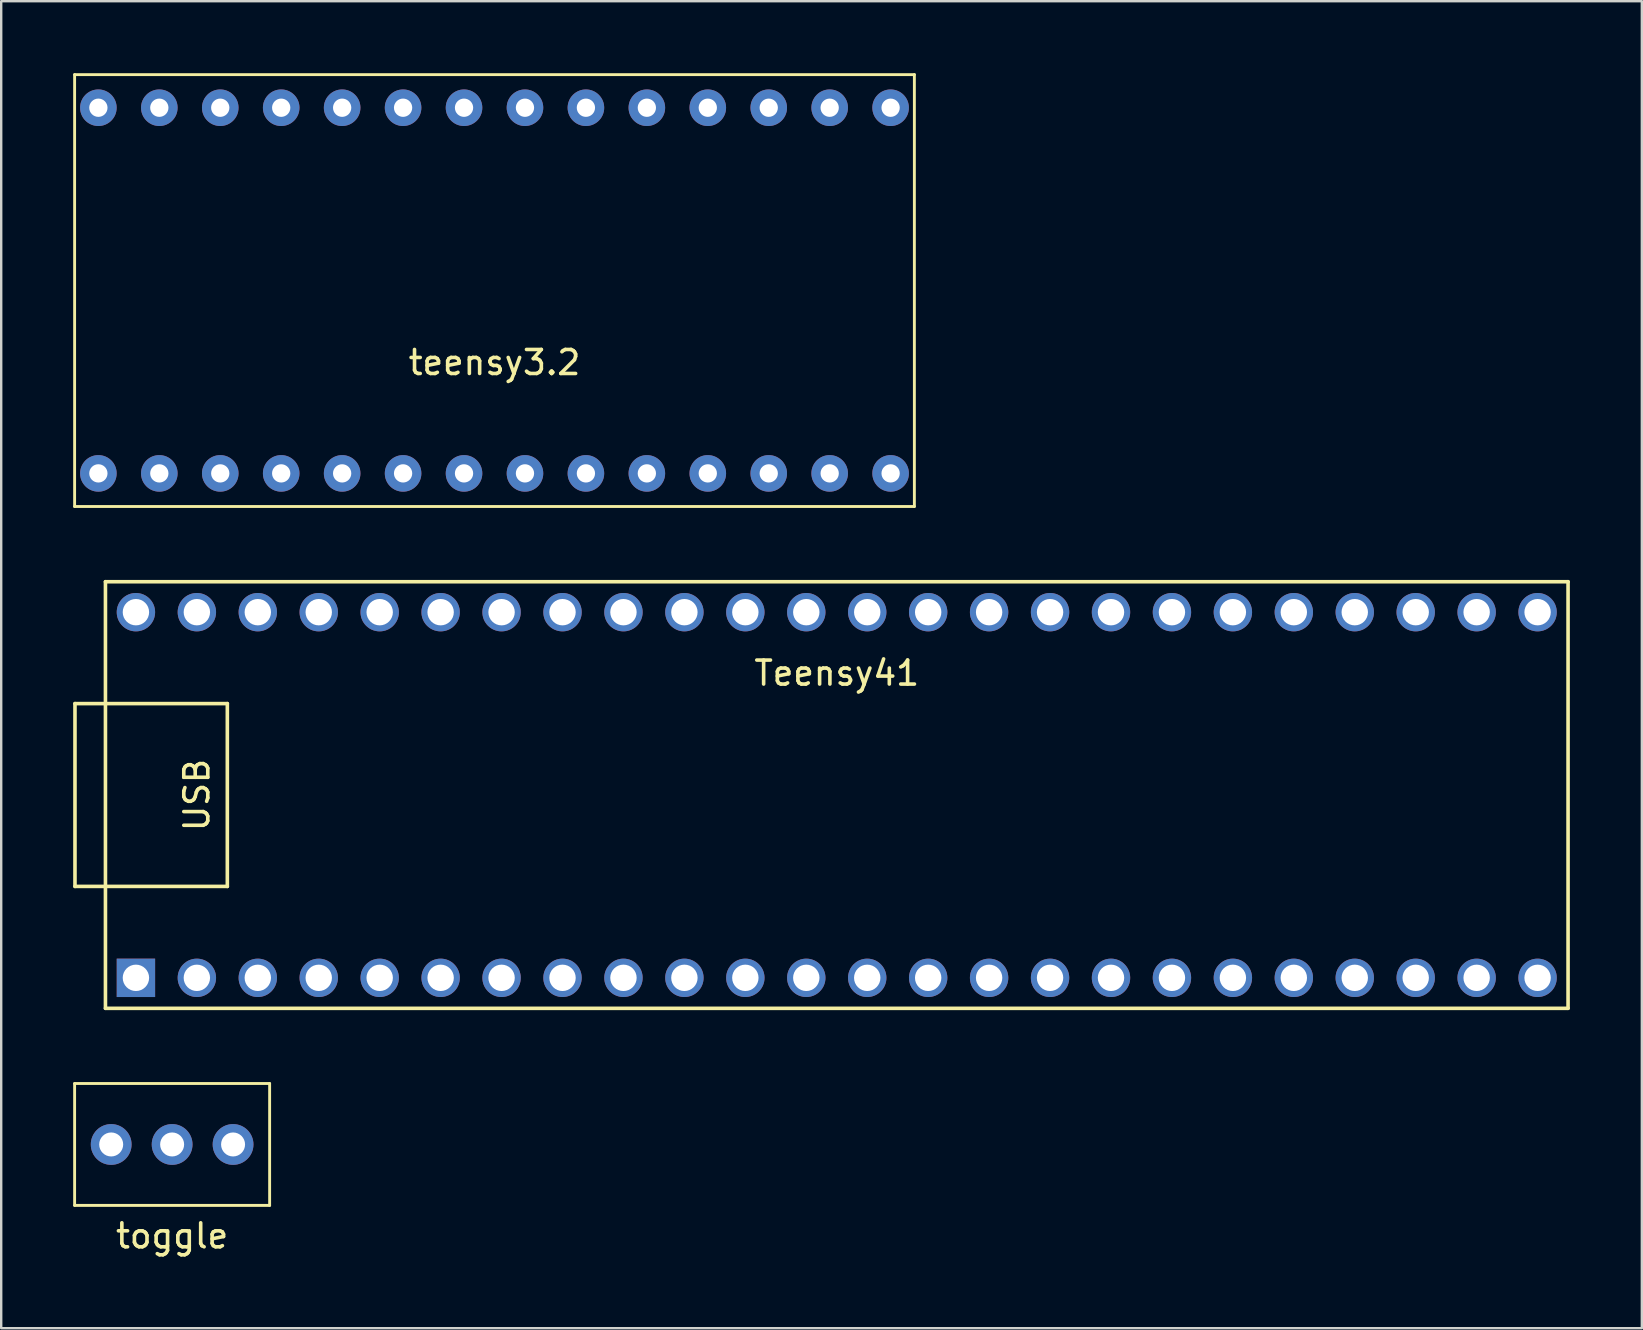
<source format=kicad_pcb>
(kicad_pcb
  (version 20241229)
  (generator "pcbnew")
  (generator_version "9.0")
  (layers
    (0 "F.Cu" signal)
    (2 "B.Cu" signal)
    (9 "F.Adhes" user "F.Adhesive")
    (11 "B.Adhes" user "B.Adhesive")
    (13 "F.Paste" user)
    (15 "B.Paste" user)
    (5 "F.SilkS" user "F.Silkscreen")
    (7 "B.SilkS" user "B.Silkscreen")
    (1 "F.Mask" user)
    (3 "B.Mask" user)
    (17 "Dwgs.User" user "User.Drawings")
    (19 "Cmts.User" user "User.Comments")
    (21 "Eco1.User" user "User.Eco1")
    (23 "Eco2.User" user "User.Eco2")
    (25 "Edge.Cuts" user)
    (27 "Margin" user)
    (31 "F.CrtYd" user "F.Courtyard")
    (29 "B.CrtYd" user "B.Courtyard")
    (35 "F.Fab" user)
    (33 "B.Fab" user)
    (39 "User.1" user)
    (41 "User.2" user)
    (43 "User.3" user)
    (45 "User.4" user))
  (footprint "toggle"
    (layer "F.Cu")
    (at 4.124 44.65)
    (property "Reference" "toggle" (at 0 3.81 0) (layer "F.SilkS") (effects (font (size 1 1) (thickness 0.15))))
    (attr through_hole)
    (fp_line (start -4.064 -2.54) (end -4.064 2.54) (stroke (width 0.12) (type solid)) (layer "F.SilkS"))
    (fp_line (start -4.064 2.54) (end 4.064 2.54) (stroke (width 0.12) (type solid)) (layer "F.SilkS"))
    (fp_line (start 4.064 -2.54) (end -4.064 -2.54) (stroke (width 0.12) (type solid)) (layer "F.SilkS"))
    (fp_line (start 4.064 2.54) (end 4.064 -2.54) (stroke (width 0.12) (type solid)) (layer "F.SilkS"))
    (pad "1" thru_hole circle (at -2.54 0) (size 1.7 1.7) (drill 1) (layers "*.Cu" "*.Mask"))
    (pad "2" thru_hole circle (at 0 0) (size 1.7 1.7) (drill 1) (layers "*.Cu" "*.Mask"))
    (pad "3" thru_hole circle (at 2.54 0) (size 1.7 1.7) (drill 1) (layers "*.Cu" "*.Mask")))
  (footprint "Teensy41"
    (layer "F.Cu")
    (at 31.825 30.085)
    (property "Reference" "Teensy41" (at 0 -5.08 0) (layer "F.SilkS") (effects (font (size 1 1) (thickness 0.15))))
    (attr through_hole)
    (fp_line (start -31.75 -3.81) (end -30.48 -3.81) (stroke (width 0.15) (type solid)) (layer "F.SilkS"))
    (fp_line (start -31.75 3.81) (end -31.75 -3.81) (stroke (width 0.15) (type solid)) (layer "F.SilkS"))
    (fp_line (start -30.48 -8.89) (end 30.48 -8.89) (stroke (width 0.15) (type solid)) (layer "F.SilkS"))
    (fp_line (start -30.48 3.81) (end -31.75 3.81) (stroke (width 0.15) (type solid)) (layer "F.SilkS"))
    (fp_line (start -30.48 8.89) (end -30.48 -8.89) (stroke (width 0.15) (type solid)) (layer "F.SilkS"))
    (fp_line (start -25.4 -3.81) (end -30.48 -3.81) (stroke (width 0.15) (type solid)) (layer "F.SilkS"))
    (fp_line (start -25.4 3.81) (end -30.48 3.81) (stroke (width 0.15) (type solid)) (layer "F.SilkS"))
    (fp_line (start -25.4 3.81) (end -25.4 -3.81) (stroke (width 0.15) (type solid)) (layer "F.SilkS"))
    (fp_line (start 30.48 -8.89) (end 30.48 8.89) (stroke (width 0.15) (type solid)) (layer "F.SilkS"))
    (fp_line (start 30.48 8.89) (end -30.48 8.89) (stroke (width 0.15) (type solid)) (layer "F.SilkS"))
    (fp_text user "USB" (at -26.67 0 270) (layer "F.SilkS") (effects (font (size 1 1) (thickness 0.15))))
    (pad "1" thru_hole rect (at -29.21 7.62) (size 1.6 1.6) (drill 1.1) (layers "*.Cu" "*.Mask"))
    (pad "2" thru_hole circle (at -26.67 7.62) (size 1.6 1.6) (drill 1.1) (layers "*.Cu" "*.Mask"))
    (pad "3" thru_hole circle (at -24.13 7.62) (size 1.6 1.6) (drill 1.1) (layers "*.Cu" "*.Mask"))
    (pad "4" thru_hole circle (at -21.59 7.62) (size 1.6 1.6) (drill 1.1) (layers "*.Cu" "*.Mask"))
    (pad "5" thru_hole circle (at -19.05 7.62) (size 1.6 1.6) (drill 1.1) (layers "*.Cu" "*.Mask"))
    (pad "6" thru_hole circle (at -16.51 7.62) (size 1.6 1.6) (drill 1.1) (layers "*.Cu" "*.Mask"))
    (pad "7" thru_hole circle (at -13.97 7.62) (size 1.6 1.6) (drill 1.1) (layers "*.Cu" "*.Mask"))
    (pad "8" thru_hole circle (at -11.43 7.62) (size 1.6 1.6) (drill 1.1) (layers "*.Cu" "*.Mask"))
    (pad "9" thru_hole circle (at -8.89 7.62) (size 1.6 1.6) (drill 1.1) (layers "*.Cu" "*.Mask"))
    (pad "10" thru_hole circle (at -6.35 7.62) (size 1.6 1.6) (drill 1.1) (layers "*.Cu" "*.Mask"))
    (pad "11" thru_hole circle (at -3.81 7.62) (size 1.6 1.6) (drill 1.1) (layers "*.Cu" "*.Mask"))
    (pad "12" thru_hole circle (at -1.27 7.62) (size 1.6 1.6) (drill 1.1) (layers "*.Cu" "*.Mask"))
    (pad "13" thru_hole circle (at 1.27 7.62) (size 1.6 1.6) (drill 1.1) (layers "*.Cu" "*.Mask"))
    (pad "14" thru_hole circle (at 3.81 7.62) (size 1.6 1.6) (drill 1.1) (layers "*.Cu" "*.Mask"))
    (pad "15" thru_hole circle (at 6.35 7.62) (size 1.6 1.6) (drill 1.1) (layers "*.Cu" "*.Mask"))
    (pad "16" thru_hole circle (at 8.89 7.62) (size 1.6 1.6) (drill 1.1) (layers "*.Cu" "*.Mask"))
    (pad "17" thru_hole circle (at 11.43 7.62) (size 1.6 1.6) (drill 1.1) (layers "*.Cu" "*.Mask"))
    (pad "18" thru_hole circle (at 13.97 7.62) (size 1.6 1.6) (drill 1.1) (layers "*.Cu" "*.Mask"))
    (pad "19" thru_hole circle (at 16.51 7.62) (size 1.6 1.6) (drill 1.1) (layers "*.Cu" "*.Mask"))
    (pad "20" thru_hole circle (at 19.05 7.62) (size 1.6 1.6) (drill 1.1) (layers "*.Cu" "*.Mask"))
    (pad "21" thru_hole circle (at 21.59 7.62) (size 1.6 1.6) (drill 1.1) (layers "*.Cu" "*.Mask"))
    (pad "22" thru_hole circle (at 24.13 7.62) (size 1.6 1.6) (drill 1.1) (layers "*.Cu" "*.Mask"))
    (pad "23" thru_hole circle (at 26.67 7.62) (size 1.6 1.6) (drill 1.1) (layers "*.Cu" "*.Mask"))
    (pad "24" thru_hole circle (at 29.21 7.62) (size 1.6 1.6) (drill 1.1) (layers "*.Cu" "*.Mask"))
    (pad "25" thru_hole circle (at 29.21 -7.62) (size 1.6 1.6) (drill 1.1) (layers "*.Cu" "*.Mask"))
    (pad "26" thru_hole circle (at 26.67 -7.62) (size 1.6 1.6) (drill 1.1) (layers "*.Cu" "*.Mask"))
    (pad "27" thru_hole circle (at 24.13 -7.62) (size 1.6 1.6) (drill 1.1) (layers "*.Cu" "*.Mask"))
    (pad "28" thru_hole circle (at 21.59 -7.62) (size 1.6 1.6) (drill 1.1) (layers "*.Cu" "*.Mask"))
    (pad "29" thru_hole circle (at 19.05 -7.62) (size 1.6 1.6) (drill 1.1) (layers "*.Cu" "*.Mask"))
    (pad "30" thru_hole circle (at 16.51 -7.62) (size 1.6 1.6) (drill 1.1) (layers "*.Cu" "*.Mask"))
    (pad "31" thru_hole circle (at 13.97 -7.62) (size 1.6 1.6) (drill 1.1) (layers "*.Cu" "*.Mask"))
    (pad "32" thru_hole circle (at 11.43 -7.62) (size 1.6 1.6) (drill 1.1) (layers "*.Cu" "*.Mask"))
    (pad "33" thru_hole circle (at 8.89 -7.62) (size 1.6 1.6) (drill 1.1) (layers "*.Cu" "*.Mask"))
    (pad "34" thru_hole circle (at 6.35 -7.62) (size 1.6 1.6) (drill 1.1) (layers "*.Cu" "*.Mask"))
    (pad "35" thru_hole circle (at 3.81 -7.62) (size 1.6 1.6) (drill 1.1) (layers "*.Cu" "*.Mask"))
    (pad "36" thru_hole circle (at 1.27 -7.62) (size 1.6 1.6) (drill 1.1) (layers "*.Cu" "*.Mask"))
    (pad "37" thru_hole circle (at -1.27 -7.62) (size 1.6 1.6) (drill 1.1) (layers "*.Cu" "*.Mask"))
    (pad "38" thru_hole circle (at -3.81 -7.62) (size 1.6 1.6) (drill 1.1) (layers "*.Cu" "*.Mask"))
    (pad "39" thru_hole circle (at -6.35 -7.62) (size 1.6 1.6) (drill 1.1) (layers "*.Cu" "*.Mask"))
    (pad "40" thru_hole circle (at -8.89 -7.62) (size 1.6 1.6) (drill 1.1) (layers "*.Cu" "*.Mask"))
    (pad "41" thru_hole circle (at -11.43 -7.62) (size 1.6 1.6) (drill 1.1) (layers "*.Cu" "*.Mask"))
    (pad "42" thru_hole circle (at -13.97 -7.62) (size 1.6 1.6) (drill 1.1) (layers "*.Cu" "*.Mask"))
    (pad "43" thru_hole circle (at -16.51 -7.62) (size 1.6 1.6) (drill 1.1) (layers "*.Cu" "*.Mask"))
    (pad "44" thru_hole circle (at -19.05 -7.62) (size 1.6 1.6) (drill 1.1) (layers "*.Cu" "*.Mask"))
    (pad "45" thru_hole circle (at -21.59 -7.62) (size 1.6 1.6) (drill 1.1) (layers "*.Cu" "*.Mask"))
    (pad "46" thru_hole circle (at -24.13 -7.62) (size 1.6 1.6) (drill 1.1) (layers "*.Cu" "*.Mask"))
    (pad "47" thru_hole circle (at -26.67 -7.62) (size 1.6 1.6) (drill 1.1) (layers "*.Cu" "*.Mask"))
    (pad "48" thru_hole circle (at -29.21 -7.62) (size 1.6 1.6) (drill 1.1) (layers "*.Cu" "*.Mask")))
  (footprint "teensy3.2"
    (layer "F.Cu")
    (at 17.56 9.06)
    (property "Reference" "teensy3.2" (at 0 3 0) (layer "F.SilkS") (effects (font (size 1 1) (thickness 0.15))))
    (attr through_hole)
    (fp_line (start -17.5 -9) (end -17.5 9) (stroke (width 0.12) (type solid)) (layer "F.SilkS"))
    (fp_line (start 17.5 -9) (end -17.5 -9) (stroke (width 0.12) (type solid)) (layer "F.SilkS"))
    (fp_line (start 17.5 9) (end -17.5 9) (stroke (width 0.12) (type solid)) (layer "F.SilkS"))
    (fp_line (start 17.5 9) (end 17.5 -9) (stroke (width 0.12) (type solid)) (layer "F.SilkS"))
    (pad "1" thru_hole circle (at -16.51 7.62) (size 1.524 1.524) (drill 0.762) (layers "*.Cu" "*.Mask"))
    (pad "2" thru_hole circle (at -13.97 7.62) (size 1.524 1.524) (drill 0.762) (layers "*.Cu" "*.Mask"))
    (pad "3" thru_hole circle (at -11.43 7.62) (size 1.524 1.524) (drill 0.762) (layers "*.Cu" "*.Mask"))
    (pad "4" thru_hole circle (at -8.89 7.62) (size 1.524 1.524) (drill 0.762) (layers "*.Cu" "*.Mask"))
    (pad "5" thru_hole circle (at -6.35 7.62) (size 1.524 1.524) (drill 0.762) (layers "*.Cu" "*.Mask"))
    (pad "6" thru_hole circle (at -3.81 7.62) (size 1.524 1.524) (drill 0.762) (layers "*.Cu" "*.Mask"))
    (pad "7" thru_hole circle (at -1.27 7.62) (size 1.524 1.524) (drill 0.762) (layers "*.Cu" "*.Mask"))
    (pad "8" thru_hole circle (at 1.27 7.62) (size 1.524 1.524) (drill 0.762) (layers "*.Cu" "*.Mask"))
    (pad "9" thru_hole circle (at 3.81 7.62) (size 1.524 1.524) (drill 0.762) (layers "*.Cu" "*.Mask"))
    (pad "10" thru_hole circle (at 6.35 7.62) (size 1.524 1.524) (drill 0.762) (layers "*.Cu" "*.Mask"))
    (pad "11" thru_hole circle (at 8.89 7.62) (size 1.524 1.524) (drill 0.762) (layers "*.Cu" "*.Mask"))
    (pad "12" thru_hole circle (at 11.43 7.62) (size 1.524 1.524) (drill 0.762) (layers "*.Cu" "*.Mask"))
    (pad "13" thru_hole circle (at 13.97 7.62) (size 1.524 1.524) (drill 0.762) (layers "*.Cu" "*.Mask"))
    (pad "14" thru_hole circle (at 16.51 7.62) (size 1.524 1.524) (drill 0.762) (layers "*.Cu" "*.Mask"))
    (pad "15" thru_hole circle (at 16.51 -7.62) (size 1.524 1.524) (drill 0.762) (layers "*.Cu" "*.Mask"))
    (pad "16" thru_hole circle (at 13.97 -7.62) (size 1.524 1.524) (drill 0.762) (layers "*.Cu" "*.Mask"))
    (pad "17" thru_hole circle (at 11.43 -7.62) (size 1.524 1.524) (drill 0.762) (layers "*.Cu" "*.Mask"))
    (pad "18" thru_hole circle (at 8.89 -7.62) (size 1.524 1.524) (drill 0.762) (layers "*.Cu" "*.Mask"))
    (pad "19" thru_hole circle (at 6.35 -7.62) (size 1.524 1.524) (drill 0.762) (layers "*.Cu" "*.Mask"))
    (pad "20" thru_hole circle (at 3.81 -7.62) (size 1.524 1.524) (drill 0.762) (layers "*.Cu" "*.Mask"))
    (pad "21" thru_hole circle (at 1.27 -7.62) (size 1.524 1.524) (drill 0.762) (layers "*.Cu" "*.Mask"))
    (pad "22" thru_hole circle (at -1.27 -7.62) (size 1.524 1.524) (drill 0.762) (layers "*.Cu" "*.Mask"))
    (pad "23" thru_hole circle (at -3.81 -7.62) (size 1.524 1.524) (drill 0.762) (layers "*.Cu" "*.Mask"))
    (pad "24" thru_hole circle (at -6.35 -7.62) (size 1.524 1.524) (drill 0.762) (layers "*.Cu" "*.Mask"))
    (pad "25" thru_hole circle (at -8.89 -7.62) (size 1.524 1.524) (drill 0.762) (layers "*.Cu" "*.Mask"))
    (pad "26" thru_hole circle (at -11.43 -7.62) (size 1.524 1.524) (drill 0.762) (layers "*.Cu" "*.Mask"))
    (pad "27" thru_hole circle (at -13.97 -7.62) (size 1.524 1.524) (drill 0.762) (layers "*.Cu" "*.Mask"))
    (pad "28" thru_hole circle (at -16.51 -7.62) (size 1.524 1.524) (drill 0.762) (layers "*.Cu" "*.Mask")))
  (gr_rect
    (start -3 -3)
    (end 65.38 52.308)
    (stroke (width 0.1) (type default))
    (fill no)
    (layer "Edge.Cuts")))
</source>
